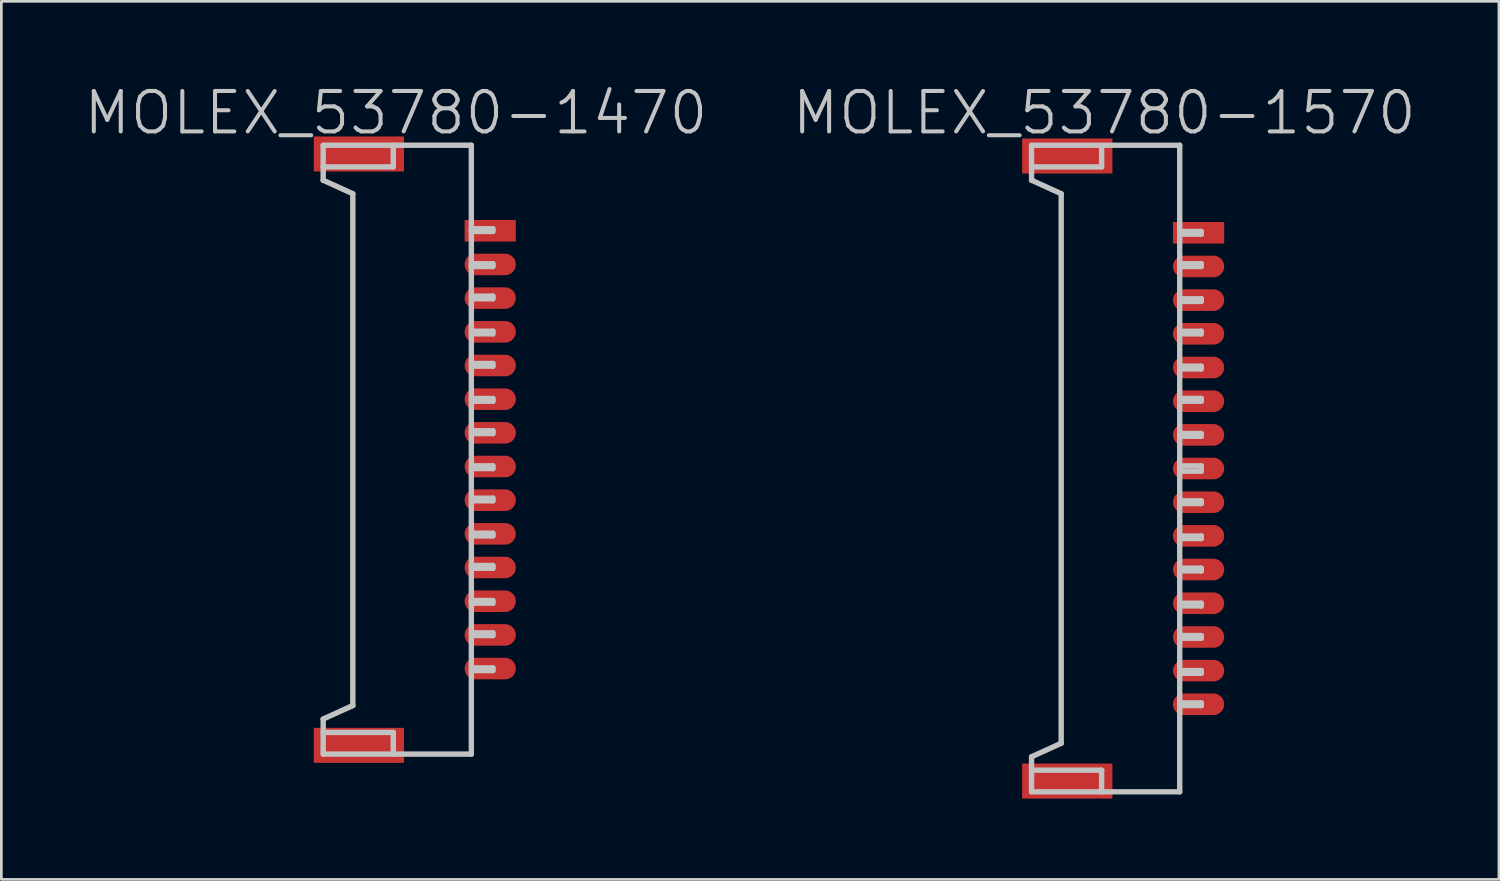
<source format=kicad_pcb>
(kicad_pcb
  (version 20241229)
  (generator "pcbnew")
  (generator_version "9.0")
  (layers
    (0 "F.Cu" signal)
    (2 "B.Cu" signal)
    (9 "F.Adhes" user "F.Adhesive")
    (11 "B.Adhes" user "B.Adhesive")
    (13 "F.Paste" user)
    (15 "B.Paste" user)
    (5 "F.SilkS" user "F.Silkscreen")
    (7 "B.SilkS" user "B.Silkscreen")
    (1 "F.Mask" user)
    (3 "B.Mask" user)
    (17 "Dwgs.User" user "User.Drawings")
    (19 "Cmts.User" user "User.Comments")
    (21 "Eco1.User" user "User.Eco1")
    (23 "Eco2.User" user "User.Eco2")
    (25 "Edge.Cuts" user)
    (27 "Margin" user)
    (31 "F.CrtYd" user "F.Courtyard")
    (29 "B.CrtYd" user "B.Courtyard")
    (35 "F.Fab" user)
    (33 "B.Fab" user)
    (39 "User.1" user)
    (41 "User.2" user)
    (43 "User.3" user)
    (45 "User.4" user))
  (footprint "MOLEX_53780-1570"
    (layer "F.Cu")
    (at 37.939 14.341)
    (property "Reference" "MOLEX_53780-1570" (at 0 -13.2 180) (layer "Dwgs.User") (effects (font (size 1.5 1.5) (thickness 0.15))))
    (attr smd)
    (fp_line (start -2.7 -10.701) (end -1.6 -10.201) (stroke (width 0.2) (type solid)) (layer "Dwgs.User"))
    (fp_line (start -2.7 -10.698) (end -2.7 -11.996) (stroke (width 0.2) (type solid)) (layer "Dwgs.User"))
    (fp_line (start -2.7 10.704) (end -2.7 12.002) (stroke (width 0.2) (type solid)) (layer "Dwgs.User"))
    (fp_line (start -1.6 10.198) (end -2.7 10.698) (stroke (width 0.2) (type solid)) (layer "Dwgs.User"))
    (fp_line (start -1.6 10.201) (end -1.6 -10.201) (stroke (width 0.2) (type solid)) (layer "Dwgs.User"))
    (fp_line (start -0.099 -11.999) (end -0.099 -11.199) (stroke (width 0.2) (type solid)) (layer "Dwgs.User"))
    (fp_line (start -0.099 -11.196) (end -2.7 -11.196) (stroke (width 0.2) (type solid)) (layer "Dwgs.User"))
    (fp_line (start -0.099 12.002) (end -0.099 11.201) (stroke (width 0.2) (type solid)) (layer "Dwgs.User"))
    (fp_line (start -0.097 11.196) (end -2.697 11.196) (stroke (width 0.2) (type solid)) (layer "Dwgs.User"))
    (fp_line (start 2.799 -11.999) (end -2.7 -11.999) (stroke (width 0.2) (type solid)) (layer "Dwgs.User"))
    (fp_line (start 2.799 -11.999) (end 2.799 11.999) (stroke (width 0.2) (type solid)) (layer "Dwgs.User"))
    (fp_line (start 2.799 -8.799) (end 3.599 -8.799) (stroke (width 0.2) (type solid)) (layer "Dwgs.User"))
    (fp_line (start 2.799 -7.498) (end 3.599 -7.498) (stroke (width 0.2) (type solid)) (layer "Dwgs.User"))
    (fp_line (start 2.799 -6.299) (end 3.599 -6.299) (stroke (width 0.2) (type solid)) (layer "Dwgs.User"))
    (fp_line (start 2.799 -5.095) (end 3.599 -5.095) (stroke (width 0.2) (type solid)) (layer "Dwgs.User"))
    (fp_line (start 2.799 -2.601) (end 3.599 -2.601) (stroke (width 0.2) (type solid)) (layer "Dwgs.User"))
    (fp_line (start 2.799 -1.3) (end 3.599 -1.3) (stroke (width 0.2) (type solid)) (layer "Dwgs.User"))
    (fp_line (start 2.799 -0.099) (end 3.599 -0.099) (stroke (width 0.2) (type solid)) (layer "Dwgs.User"))
    (fp_line (start 2.799 1.3) (end 3.599 1.3) (stroke (width 0.2) (type solid)) (layer "Dwgs.User"))
    (fp_line (start 2.799 3.8) (end 3.599 3.8) (stroke (width 0.2) (type solid)) (layer "Dwgs.User"))
    (fp_line (start 2.799 5.1) (end 3.599 5.1) (stroke (width 0.2) (type solid)) (layer "Dwgs.User"))
    (fp_line (start 2.799 6.299) (end 3.599 6.299) (stroke (width 0.2) (type solid)) (layer "Dwgs.User"))
    (fp_line (start 2.799 7.498) (end 3.599 7.498) (stroke (width 0.2) (type solid)) (layer "Dwgs.User"))
    (fp_line (start 2.799 8.799) (end 3.599 8.799) (stroke (width 0.2) (type solid)) (layer "Dwgs.User"))
    (fp_line (start 2.799 11.999) (end -2.7 11.999) (stroke (width 0.2) (type solid)) (layer "Dwgs.User"))
    (fp_line (start 3.599 -8.799) (end 3.599 -8.7) (stroke (width 0.2) (type solid)) (layer "Dwgs.User"))
    (fp_line (start 3.599 -8.7) (end 2.799 -8.7) (stroke (width 0.2) (type solid)) (layer "Dwgs.User"))
    (fp_line (start 3.599 -7.6) (end 2.799 -7.6) (stroke (width 0.2) (type solid)) (layer "Dwgs.User"))
    (fp_line (start 3.599 -7.498) (end 3.599 -7.6) (stroke (width 0.2) (type solid)) (layer "Dwgs.User"))
    (fp_line (start 3.599 -6.304) (end 3.599 -6.203) (stroke (width 0.2) (type solid)) (layer "Dwgs.User"))
    (fp_line (start 3.599 -6.203) (end 2.799 -6.203) (stroke (width 0.2) (type solid)) (layer "Dwgs.User"))
    (fp_line (start 3.599 -5.1) (end 3.599 -4.999) (stroke (width 0.2) (type solid)) (layer "Dwgs.User"))
    (fp_line (start 3.599 -4.999) (end 2.799 -4.999) (stroke (width 0.2) (type solid)) (layer "Dwgs.User"))
    (fp_line (start 3.599 -3.8) (end 2.799 -3.8) (stroke (width 0.2) (type solid)) (layer "Dwgs.User"))
    (fp_line (start 3.599 -3.698) (end 2.799 -3.698) (stroke (width 0.2) (type solid)) (layer "Dwgs.User"))
    (fp_line (start 3.599 -3.696) (end 3.599 -3.797) (stroke (width 0.2) (type solid)) (layer "Dwgs.User"))
    (fp_line (start 3.599 -2.601) (end 3.599 -2.499) (stroke (width 0.2) (type solid)) (layer "Dwgs.User"))
    (fp_line (start 3.599 -2.499) (end 2.799 -2.499) (stroke (width 0.2) (type solid)) (layer "Dwgs.User"))
    (fp_line (start 3.599 -1.3) (end 3.599 -1.199) (stroke (width 0.2) (type solid)) (layer "Dwgs.User"))
    (fp_line (start 3.599 -1.199) (end 2.799 -1.199) (stroke (width 0.2) (type solid)) (layer "Dwgs.User"))
    (fp_line (start 3.599 -0.099) (end 3.599 0.099) (stroke (width 0.2) (type solid)) (layer "Dwgs.User"))
    (fp_line (start 3.599 0.099) (end 2.799 0.099) (stroke (width 0.2) (type solid)) (layer "Dwgs.User"))
    (fp_line (start 3.599 1.199) (end 2.799 1.199) (stroke (width 0.2) (type solid)) (layer "Dwgs.User"))
    (fp_line (start 3.599 1.3) (end 3.599 1.199) (stroke (width 0.2) (type solid)) (layer "Dwgs.User"))
    (fp_line (start 3.599 2.504) (end 2.799 2.504) (stroke (width 0.2) (type solid)) (layer "Dwgs.User"))
    (fp_line (start 3.599 2.598) (end 2.799 2.598) (stroke (width 0.2) (type solid)) (layer "Dwgs.User"))
    (fp_line (start 3.599 2.601) (end 3.599 2.499) (stroke (width 0.2) (type solid)) (layer "Dwgs.User"))
    (fp_line (start 3.599 3.698) (end 2.799 3.698) (stroke (width 0.2) (type solid)) (layer "Dwgs.User"))
    (fp_line (start 3.599 3.703) (end 3.599 3.802) (stroke (width 0.2) (type solid)) (layer "Dwgs.User"))
    (fp_line (start 3.599 4.999) (end 2.799 4.999) (stroke (width 0.2) (type solid)) (layer "Dwgs.User"))
    (fp_line (start 3.599 5.103) (end 3.599 5.001) (stroke (width 0.2) (type solid)) (layer "Dwgs.User"))
    (fp_line (start 3.599 6.2) (end 2.799 6.2) (stroke (width 0.2) (type solid)) (layer "Dwgs.User"))
    (fp_line (start 3.599 6.203) (end 3.599 6.302) (stroke (width 0.2) (type solid)) (layer "Dwgs.User"))
    (fp_line (start 3.599 7.498) (end 3.599 7.6) (stroke (width 0.2) (type solid)) (layer "Dwgs.User"))
    (fp_line (start 3.599 7.6) (end 2.799 7.6) (stroke (width 0.2) (type solid)) (layer "Dwgs.User"))
    (fp_line (start 3.599 8.7) (end 2.799 8.7) (stroke (width 0.2) (type solid)) (layer "Dwgs.User"))
    (fp_line (start 3.599 8.799) (end 3.599 8.7) (stroke (width 0.2) (type solid)) (layer "Dwgs.User"))
    (pad "" smd rect (at -1.374 -11.6 270) (size 1.3 3.35) (layers "F.Cu" "F.Mask" "F.Paste"))
    (pad "" smd rect (at -1.374 11.6 270) (size 1.3 3.35) (layers "F.Cu" "F.Mask" "F.Paste"))
    (pad "1" smd rect (at 3.5 -8.75 270) (size 0.8 1.9) (layers "F.Cu" "F.Mask" "F.Paste"))
    (pad "2" smd oval (at 3.5 -7.501 270) (size 0.8 1.9) (layers "F.Cu" "F.Mask" "F.Paste"))
    (pad "3" smd oval (at 3.5 -6.251 270) (size 0.8 1.9) (layers "F.Cu" "F.Mask" "F.Paste"))
    (pad "4" smd oval (at 3.5 -5.001 270) (size 0.8 1.9) (layers "F.Cu" "F.Mask" "F.Paste"))
    (pad "5" smd oval (at 3.5 -3.749 270) (size 0.8 1.9) (layers "F.Cu" "F.Mask" "F.Paste"))
    (pad "6" smd oval (at 3.5 -2.499 270) (size 0.8 1.9) (layers "F.Cu" "F.Mask" "F.Paste"))
    (pad "7" smd oval (at 3.5 -1.25 270) (size 0.8 1.9) (layers "F.Cu" "F.Mask" "F.Paste"))
    (pad "8" smd oval (at 3.5 0 270) (size 0.8 1.9) (layers "F.Cu" "F.Mask" "F.Paste"))
    (pad "9" smd oval (at 3.5 1.25 270) (size 0.8 1.9) (layers "F.Cu" "F.Mask" "F.Paste"))
    (pad "10" smd oval (at 3.5 2.499 270) (size 0.8 1.9) (layers "F.Cu" "F.Mask" "F.Paste"))
    (pad "11" smd oval (at 3.5 3.749 270) (size 0.8 1.9) (layers "F.Cu" "F.Mask" "F.Paste"))
    (pad "12" smd oval (at 3.5 5.001 270) (size 0.8 1.9) (layers "F.Cu" "F.Mask" "F.Paste"))
    (pad "13" smd oval (at 3.5 6.251 270) (size 0.8 1.9) (layers "F.Cu" "F.Mask" "F.Paste"))
    (pad "14" smd oval (at 3.5 7.501 270) (size 0.8 1.9) (layers "F.Cu" "F.Mask" "F.Paste"))
    (pad "15" smd oval (at 3.5 8.75 270) (size 0.8 1.9) (layers "F.Cu" "F.Mask" "F.Paste")))
  (footprint "MOLEX_53780-1470"
    (layer "F.Cu")
    (at 11.646 13.641)
    (property "Reference" "MOLEX_53780-1470" (at 0 -12.5 180) (layer "Dwgs.User") (effects (font (size 1.5 1.5) (thickness 0.15))))
    (attr smd)
    (fp_line (start -2.7 -10) (end -1.6 -9.5) (stroke (width 0.2) (type solid)) (layer "Dwgs.User"))
    (fp_line (start -2.7 -9.997) (end -2.7 -11.295) (stroke (width 0.2) (type solid)) (layer "Dwgs.User"))
    (fp_line (start -2.7 10.003) (end -2.7 11.3) (stroke (width 0.2) (type solid)) (layer "Dwgs.User"))
    (fp_line (start -1.6 9.497) (end -2.7 9.997) (stroke (width 0.2) (type solid)) (layer "Dwgs.User"))
    (fp_line (start -1.6 9.5) (end -1.6 -9.5) (stroke (width 0.2) (type solid)) (layer "Dwgs.User"))
    (fp_line (start -0.099 -11.298) (end -0.099 -10.498) (stroke (width 0.2) (type solid)) (layer "Dwgs.User"))
    (fp_line (start -0.099 -10.495) (end -2.7 -10.495) (stroke (width 0.2) (type solid)) (layer "Dwgs.User"))
    (fp_line (start -0.099 11.3) (end -0.099 10.5) (stroke (width 0.2) (type solid)) (layer "Dwgs.User"))
    (fp_line (start -0.097 10.495) (end -2.697 10.495) (stroke (width 0.2) (type solid)) (layer "Dwgs.User"))
    (fp_line (start 2.799 -11.3) (end -2.7 -11.3) (stroke (width 0.2) (type solid)) (layer "Dwgs.User"))
    (fp_line (start 2.799 -11.3) (end 2.799 11.3) (stroke (width 0.2) (type solid)) (layer "Dwgs.User"))
    (fp_line (start 2.799 -8.199) (end 3.599 -8.199) (stroke (width 0.2) (type solid)) (layer "Dwgs.User"))
    (fp_line (start 2.799 -6.8) (end 3.599 -6.8) (stroke (width 0.2) (type solid)) (layer "Dwgs.User"))
    (fp_line (start 2.799 -5.697) (end 3.599 -5.697) (stroke (width 0.2) (type solid)) (layer "Dwgs.User"))
    (fp_line (start 2.799 -4.397) (end 3.599 -4.397) (stroke (width 0.2) (type solid)) (layer "Dwgs.User"))
    (fp_line (start 2.799 -1.9) (end 3.599 -1.9) (stroke (width 0.2) (type solid)) (layer "Dwgs.User"))
    (fp_line (start 2.799 -0.701) (end 3.599 -0.701) (stroke (width 0.2) (type solid)) (layer "Dwgs.User"))
    (fp_line (start 2.799 0.701) (end 3.599 0.701) (stroke (width 0.2) (type solid)) (layer "Dwgs.User"))
    (fp_line (start 2.799 3.2) (end 3.599 3.2) (stroke (width 0.2) (type solid)) (layer "Dwgs.User"))
    (fp_line (start 2.799 4.402) (end 3.599 4.402) (stroke (width 0.2) (type solid)) (layer "Dwgs.User"))
    (fp_line (start 2.799 5.697) (end 3.599 5.697) (stroke (width 0.2) (type solid)) (layer "Dwgs.User"))
    (fp_line (start 2.799 6.8) (end 3.599 6.8) (stroke (width 0.2) (type solid)) (layer "Dwgs.User"))
    (fp_line (start 2.799 8.199) (end 3.599 8.199) (stroke (width 0.2) (type solid)) (layer "Dwgs.User"))
    (fp_line (start 2.799 11.3) (end -2.7 11.3) (stroke (width 0.2) (type solid)) (layer "Dwgs.User"))
    (fp_line (start 3.599 -8.199) (end 3.599 -8.1) (stroke (width 0.2) (type solid)) (layer "Dwgs.User"))
    (fp_line (start 3.599 -8.1) (end 2.799 -8.1) (stroke (width 0.2) (type solid)) (layer "Dwgs.User"))
    (fp_line (start 3.599 -6.901) (end 2.799 -6.901) (stroke (width 0.2) (type solid)) (layer "Dwgs.User"))
    (fp_line (start 3.599 -6.8) (end 3.599 -6.901) (stroke (width 0.2) (type solid)) (layer "Dwgs.User"))
    (fp_line (start 3.599 -5.702) (end 3.599 -5.601) (stroke (width 0.2) (type solid)) (layer "Dwgs.User"))
    (fp_line (start 3.599 -5.601) (end 2.799 -5.601) (stroke (width 0.2) (type solid)) (layer "Dwgs.User"))
    (fp_line (start 3.599 -4.402) (end 3.599 -4.3) (stroke (width 0.2) (type solid)) (layer "Dwgs.User"))
    (fp_line (start 3.599 -4.3) (end 2.799 -4.3) (stroke (width 0.2) (type solid)) (layer "Dwgs.User"))
    (fp_line (start 3.599 -3.2) (end 2.799 -3.2) (stroke (width 0.2) (type solid)) (layer "Dwgs.User"))
    (fp_line (start 3.599 -3.099) (end 2.799 -3.099) (stroke (width 0.2) (type solid)) (layer "Dwgs.User"))
    (fp_line (start 3.599 -3.096) (end 3.599 -3.198) (stroke (width 0.2) (type solid)) (layer "Dwgs.User"))
    (fp_line (start 3.599 -1.9) (end 3.599 -1.798) (stroke (width 0.2) (type solid)) (layer "Dwgs.User"))
    (fp_line (start 3.599 -1.798) (end 2.799 -1.798) (stroke (width 0.2) (type solid)) (layer "Dwgs.User"))
    (fp_line (start 3.599 -0.701) (end 3.599 -0.599) (stroke (width 0.2) (type solid)) (layer "Dwgs.User"))
    (fp_line (start 3.599 -0.599) (end 2.799 -0.599) (stroke (width 0.2) (type solid)) (layer "Dwgs.User"))
    (fp_line (start 3.599 0.599) (end 2.799 0.599) (stroke (width 0.2) (type solid)) (layer "Dwgs.User"))
    (fp_line (start 3.599 0.701) (end 3.599 0.599) (stroke (width 0.2) (type solid)) (layer "Dwgs.User"))
    (fp_line (start 3.599 1.803) (end 2.799 1.803) (stroke (width 0.2) (type solid)) (layer "Dwgs.User"))
    (fp_line (start 3.599 1.897) (end 2.799 1.897) (stroke (width 0.2) (type solid)) (layer "Dwgs.User"))
    (fp_line (start 3.599 1.9) (end 3.599 1.798) (stroke (width 0.2) (type solid)) (layer "Dwgs.User"))
    (fp_line (start 3.599 3.099) (end 2.799 3.099) (stroke (width 0.2) (type solid)) (layer "Dwgs.User"))
    (fp_line (start 3.599 3.104) (end 3.599 3.203) (stroke (width 0.2) (type solid)) (layer "Dwgs.User"))
    (fp_line (start 3.599 4.3) (end 2.799 4.3) (stroke (width 0.2) (type solid)) (layer "Dwgs.User"))
    (fp_line (start 3.599 4.404) (end 3.599 4.303) (stroke (width 0.2) (type solid)) (layer "Dwgs.User"))
    (fp_line (start 3.599 5.598) (end 2.799 5.598) (stroke (width 0.2) (type solid)) (layer "Dwgs.User"))
    (fp_line (start 3.599 5.601) (end 3.599 5.7) (stroke (width 0.2) (type solid)) (layer "Dwgs.User"))
    (fp_line (start 3.599 6.8) (end 3.599 6.901) (stroke (width 0.2) (type solid)) (layer "Dwgs.User"))
    (fp_line (start 3.599 6.901) (end 2.799 6.901) (stroke (width 0.2) (type solid)) (layer "Dwgs.User"))
    (fp_line (start 3.599 8.1) (end 2.799 8.1) (stroke (width 0.2) (type solid)) (layer "Dwgs.User"))
    (fp_line (start 3.599 8.199) (end 3.599 8.1) (stroke (width 0.2) (type solid)) (layer "Dwgs.User"))
    (pad "" smd rect (at -1.374 -10.975 270) (size 1.3 3.35) (layers "F.Cu" "F.Mask" "F.Paste"))
    (pad "" smd rect (at -1.374 10.975 270) (size 1.3 3.35) (layers "F.Cu" "F.Mask" "F.Paste"))
    (pad "1" smd rect (at 3.5 -8.125 270) (size 0.8 1.9) (layers "F.Cu" "F.Mask" "F.Paste"))
    (pad "2" smd oval (at 3.5 -6.876 270) (size 0.8 1.9) (layers "F.Cu" "F.Mask" "F.Paste"))
    (pad "3" smd oval (at 3.5 -5.626 270) (size 0.8 1.9) (layers "F.Cu" "F.Mask" "F.Paste"))
    (pad "4" smd oval (at 3.5 -4.374 270) (size 0.8 1.9) (layers "F.Cu" "F.Mask" "F.Paste"))
    (pad "5" smd oval (at 3.5 -3.124 270) (size 0.8 1.9) (layers "F.Cu" "F.Mask" "F.Paste"))
    (pad "6" smd oval (at 3.5 -1.875 270) (size 0.8 1.9) (layers "F.Cu" "F.Mask" "F.Paste"))
    (pad "7" smd oval (at 3.5 -0.625 270) (size 0.8 1.9) (layers "F.Cu" "F.Mask" "F.Paste"))
    (pad "8" smd oval (at 3.5 0.625 270) (size 0.8 1.9) (layers "F.Cu" "F.Mask" "F.Paste"))
    (pad "9" smd oval (at 3.5 1.875 270) (size 0.8 1.9) (layers "F.Cu" "F.Mask" "F.Paste"))
    (pad "10" smd oval (at 3.5 3.124 270) (size 0.8 1.9) (layers "F.Cu" "F.Mask" "F.Paste"))
    (pad "11" smd oval (at 3.5 4.374 270) (size 0.8 1.9) (layers "F.Cu" "F.Mask" "F.Paste"))
    (pad "12" smd oval (at 3.5 5.626 270) (size 0.8 1.9) (layers "F.Cu" "F.Mask" "F.Paste"))
    (pad "13" smd oval (at 3.5 6.876 270) (size 0.8 1.9) (layers "F.Cu" "F.Mask" "F.Paste"))
    (pad "14" smd oval (at 3.5 8.125 270) (size 0.8 1.9) (layers "F.Cu" "F.Mask" "F.Paste")))
  (gr_rect
    (start -3 -3)
    (end 52.586 29.591)
    (stroke (width 0.1) (type default))
    (fill no)
    (layer "Edge.Cuts")))
</source>
